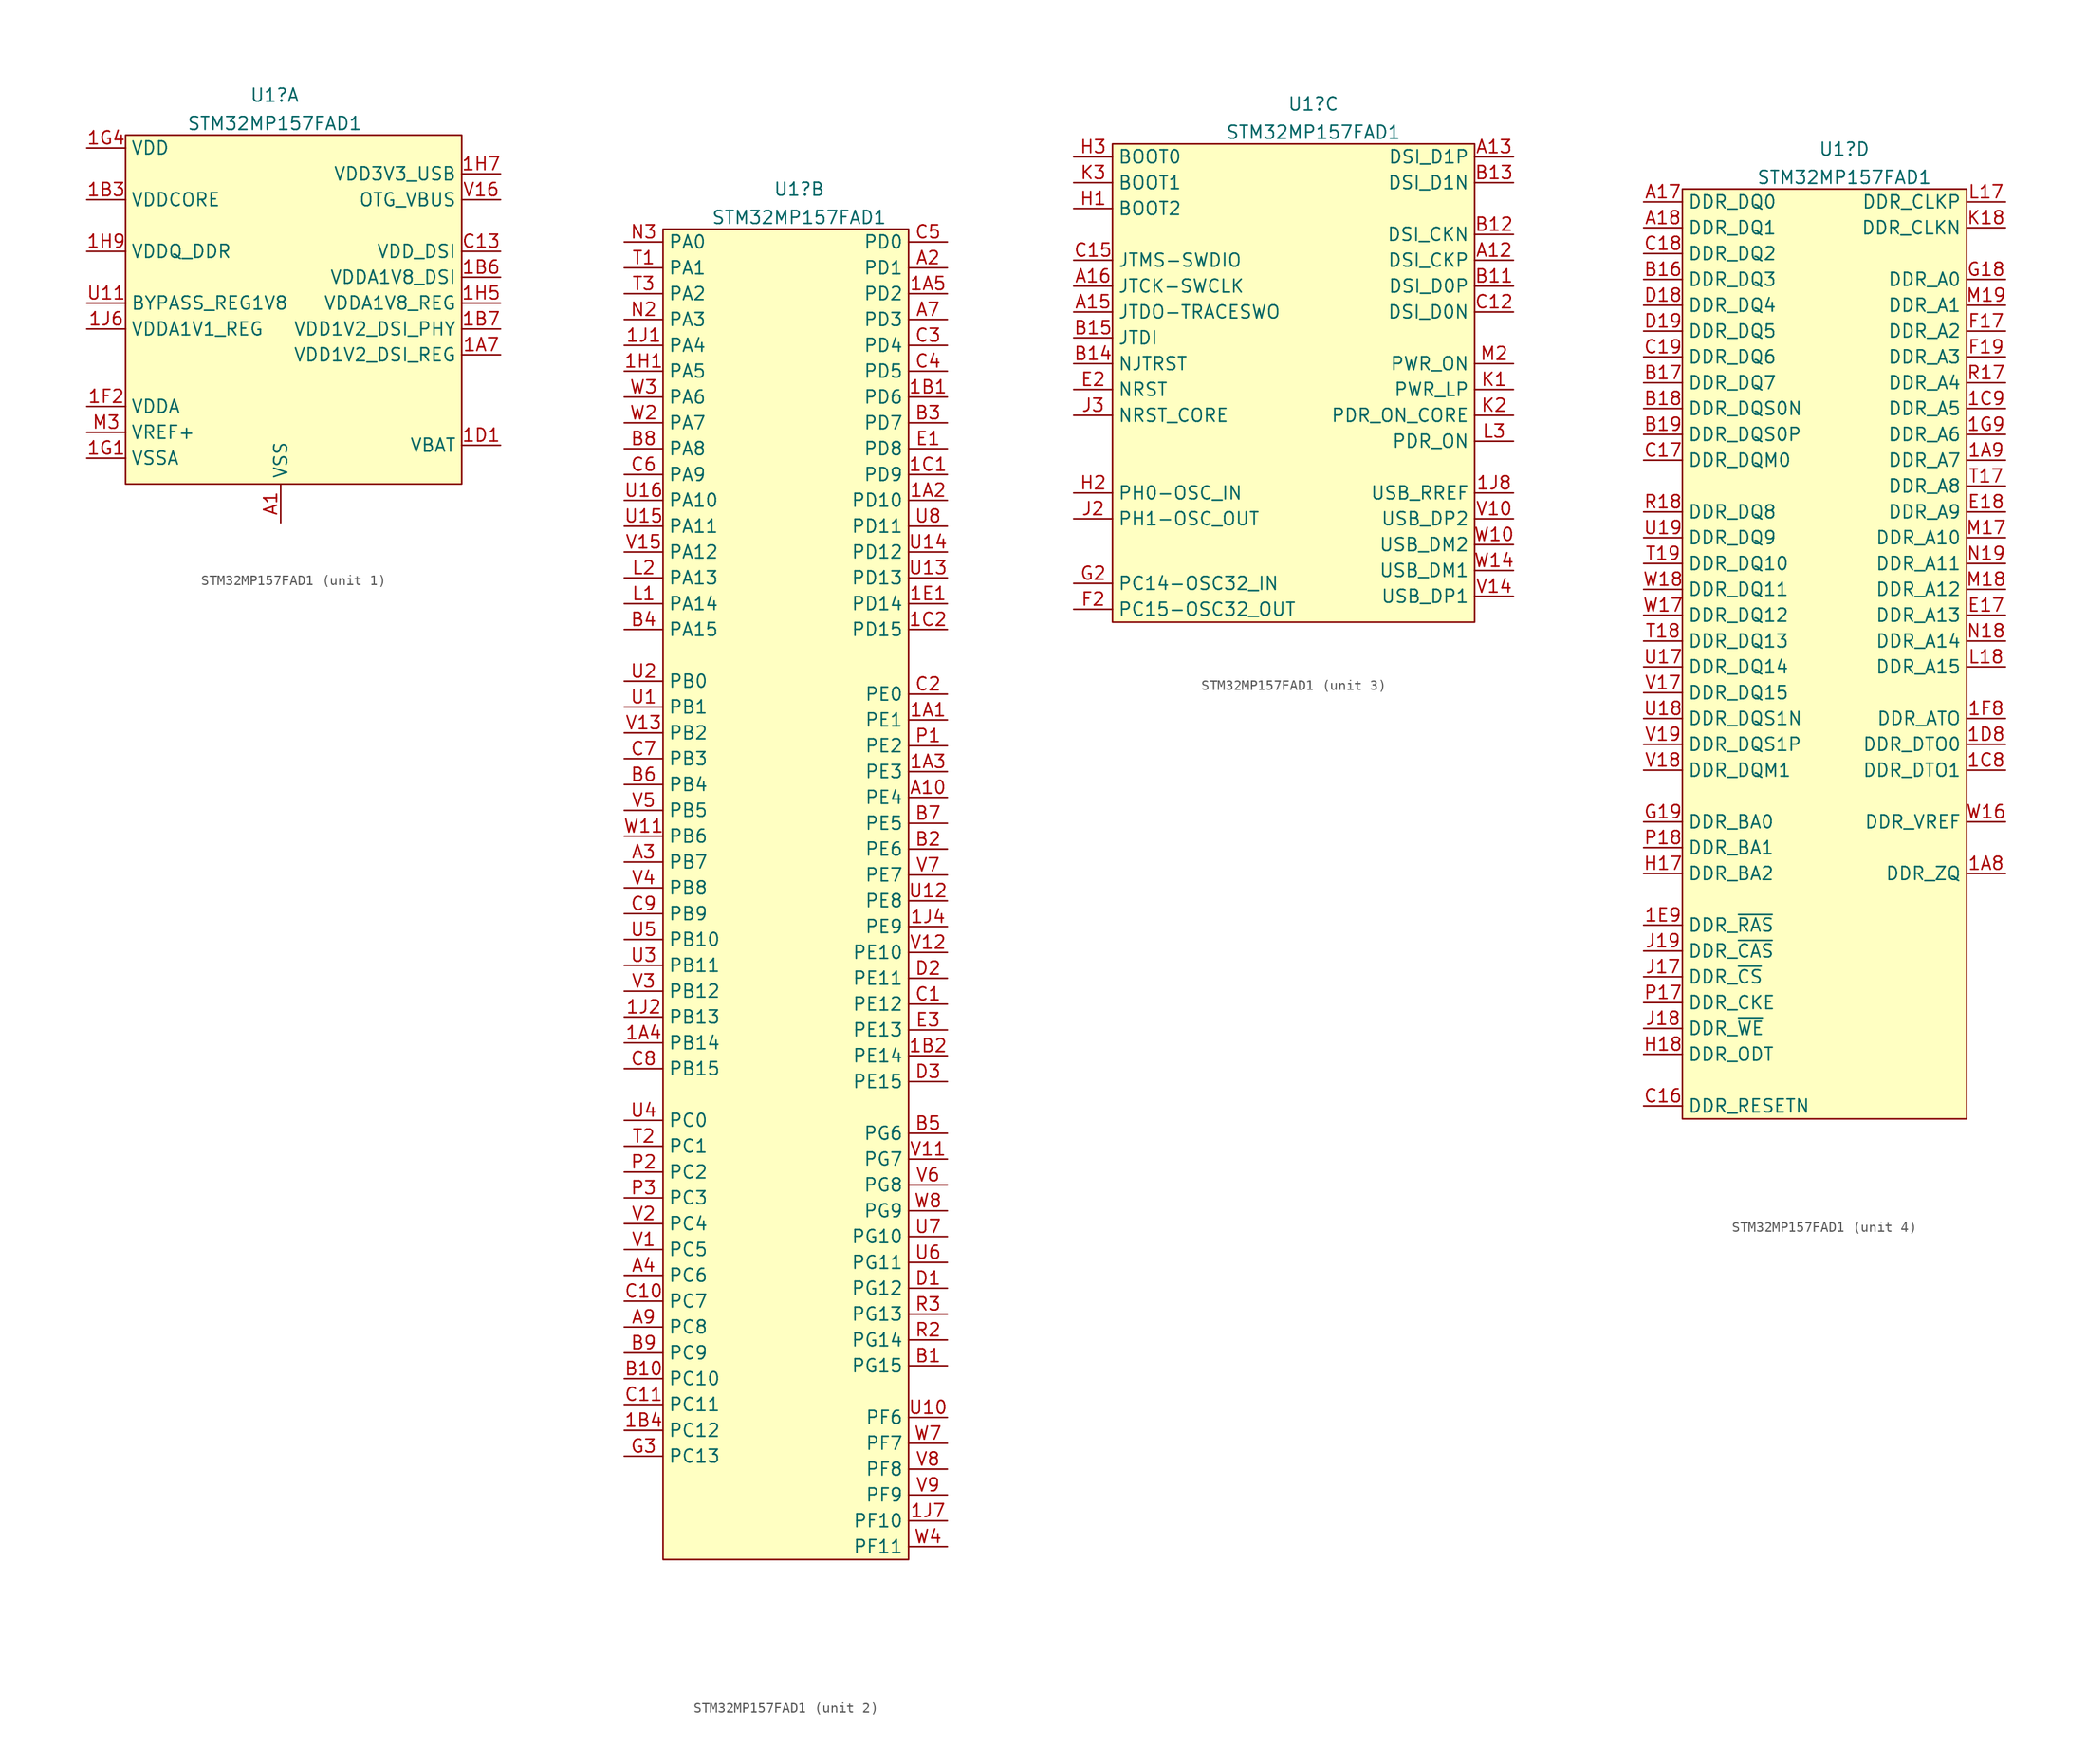
<source format=kicad_sym>
(kicad_symbol_lib
  (version 20231120)
  (generator "kicad_symbol_editor")
  (generator_version "8.0")
  (symbol "STM32MP157FAD1"
    (property "Reference" "U1"
      (at 1.943 3.916 0)
      (effects (font (size 1.27 1.27))))
    (property "Value" "STM32MP157FAD1"
      (at 1.943 1.141 0)
      (effects (font (size 1.27 1.27))))
    (property "ki_locked" ""
      (at 0 0 0)
      (effects (font (size 1.27 1.27))))
    (symbol "STM32MP157FAD1_1_1"
      (rectangle (start -12.7 0) (end 20.32 -34.29) (stroke (width 0.152) (type default)) (fill (type background)))
      (pin passive line (at 2.54 -38.1 180) (length 0) hide (name "VSS" (effects (font (size 1.27 1.27)))) (number "1A6" (effects (font (size 1.27 1.27)))))
      (pin power_out line (at 24.13 -21.59 180) (length 3.81) (name "VDD1V2_DSI_REG" (effects (font (size 1.27 1.27)))) (number "1A7" (effects (font (size 1.27 1.27)))))
      (pin power_in line (at -16.51 -6.35 0) (length 3.81) (name "VDDCORE" (effects (font (size 1.27 1.27)))) (number "1B3" (effects (font (size 1.27 1.27)))))
      (pin passive line (at -16.51 -6.35 90) (length 0) hide (name "VDDCORE" (effects (font (size 1.27 1.27)))) (number "1B5" (effects (font (size 1.27 1.27)))))
      (pin power_in line (at 24.13 -13.97 180) (length 3.81) (name "VDDA1V8_DSI" (effects (font (size 1.27 1.27)))) (number "1B6" (effects (font (size 1.27 1.27)))))
      (pin power_in line (at 24.13 -19.05 180) (length 3.81) (name "VDD1V2_DSI_PHY" (effects (font (size 1.27 1.27)))) (number "1B7" (effects (font (size 1.27 1.27)))))
      (pin passive line (at 2.54 -38.1 180) (length 0) hide (name "VSS" (effects (font (size 1.27 1.27)))) (number "1B8" (effects (font (size 1.27 1.27)))))
      (pin passive line (at -16.51 -11.43 90) (length 0) hide (name "VDDQ_DDR" (effects (font (size 1.27 1.27)))) (number "1B9" (effects (font (size 1.27 1.27)))))
      (pin passive line (at 2.54 -38.1 180) (length 0) hide (name "VSS" (effects (font (size 1.27 1.27)))) (number "1C3" (effects (font (size 1.27 1.27)))))
      (pin passive line (at -16.51 -6.35 90) (length 0) hide (name "VDDCORE" (effects (font (size 1.27 1.27)))) (number "1C4" (effects (font (size 1.27 1.27)))))
      (pin passive line (at 2.54 -38.1 180) (length 0) hide (name "VSS" (effects (font (size 1.27 1.27)))) (number "1C5" (effects (font (size 1.27 1.27)))))
      (pin passive line (at -16.51 -6.35 90) (length 0) hide (name "VDDCORE" (effects (font (size 1.27 1.27)))) (number "1C6" (effects (font (size 1.27 1.27)))))
      (pin passive line (at 2.54 -38.1 180) (length 0) hide (name "VSS" (effects (font (size 1.27 1.27)))) (number "1C7" (effects (font (size 1.27 1.27)))))
      (pin power_in line (at 24.13 -30.48 180) (length 3.81) (name "VBAT" (effects (font (size 1.27 1.27)))) (number "1D1" (effects (font (size 1.27 1.27)))))
      (pin passive line (at 2.54 -38.1 180) (length 0) hide (name "VSS" (effects (font (size 1.27 1.27)))) (number "1D2" (effects (font (size 1.27 1.27)))))
      (pin passive line (at -16.51 -6.35 90) (length 0) hide (name "VDDCORE" (effects (font (size 1.27 1.27)))) (number "1D3" (effects (font (size 1.27 1.27)))))
      (pin passive line (at 2.54 -38.1 180) (length 0) hide (name "VSS" (effects (font (size 1.27 1.27)))) (number "1D4" (effects (font (size 1.27 1.27)))))
      (pin passive line (at -16.51 -6.35 90) (length 0) hide (name "VDDCORE" (effects (font (size 1.27 1.27)))) (number "1D5" (effects (font (size 1.27 1.27)))))
      (pin passive line (at 2.54 -38.1 180) (length 0) hide (name "VSS" (effects (font (size 1.27 1.27)))) (number "1D6" (effects (font (size 1.27 1.27)))))
      (pin passive line (at -16.51 -6.35 90) (length 0) hide (name "VDDCORE" (effects (font (size 1.27 1.27)))) (number "1D7" (effects (font (size 1.27 1.27)))))
      (pin passive line (at -16.51 -11.43 90) (length 0) hide (name "VDDQ_DDR" (effects (font (size 1.27 1.27)))) (number "1D9" (effects (font (size 1.27 1.27)))))
      (pin passive line (at -16.51 -1.27 90) (length 0) hide (name "VDD" (effects (font (size 1.27 1.27)))) (number "1E2" (effects (font (size 1.27 1.27)))))
      (pin passive line (at 2.54 -38.1 180) (length 0) hide (name "VSS" (effects (font (size 1.27 1.27)))) (number "1E3" (effects (font (size 1.27 1.27)))))
      (pin passive line (at -16.51 -6.35 90) (length 0) hide (name "VDDCORE" (effects (font (size 1.27 1.27)))) (number "1E4" (effects (font (size 1.27 1.27)))))
      (pin passive line (at 2.54 -38.1 180) (length 0) hide (name "VSS" (effects (font (size 1.27 1.27)))) (number "1E5" (effects (font (size 1.27 1.27)))))
      (pin passive line (at -16.51 -6.35 90) (length 0) hide (name "VDDCORE" (effects (font (size 1.27 1.27)))) (number "1E6" (effects (font (size 1.27 1.27)))))
      (pin passive line (at 2.54 -38.1 180) (length 0) hide (name "VSS" (effects (font (size 1.27 1.27)))) (number "1E7" (effects (font (size 1.27 1.27)))))
      (pin passive line (at -16.51 -6.35 90) (length 0) hide (name "VDDCORE" (effects (font (size 1.27 1.27)))) (number "1E8" (effects (font (size 1.27 1.27)))))
      (pin passive line (at -16.51 -26.67 270) (length 0) hide (name "VDDA" (effects (font (size 1.27 1.27)))) (number "1F1" (effects (font (size 1.27 1.27)))))
      (pin power_in line (at -16.51 -26.67 0) (length 3.81) (name "VDDA" (effects (font (size 1.27 1.27)))) (number "1F2" (effects (font (size 1.27 1.27)))))
      (pin passive line (at -16.51 -1.27 90) (length 0) hide (name "VDD" (effects (font (size 1.27 1.27)))) (number "1F3" (effects (font (size 1.27 1.27)))))
      (pin passive line (at 2.54 -38.1 180) (length 0) hide (name "VSS" (effects (font (size 1.27 1.27)))) (number "1F4" (effects (font (size 1.27 1.27)))))
      (pin passive line (at -16.51 -6.35 90) (length 0) hide (name "VDDCORE" (effects (font (size 1.27 1.27)))) (number "1F5" (effects (font (size 1.27 1.27)))))
      (pin passive line (at 2.54 -38.1 180) (length 0) hide (name "VSS" (effects (font (size 1.27 1.27)))) (number "1F6" (effects (font (size 1.27 1.27)))))
      (pin passive line (at -16.51 -6.35 90) (length 0) hide (name "VDDCORE" (effects (font (size 1.27 1.27)))) (number "1F7" (effects (font (size 1.27 1.27)))))
      (pin passive line (at -16.51 -11.43 90) (length 0) hide (name "VDDQ_DDR" (effects (font (size 1.27 1.27)))) (number "1F9" (effects (font (size 1.27 1.27)))))
      (pin power_in line (at -16.51 -31.75 0) (length 3.81) (name "VSSA" (effects (font (size 1.27 1.27)))) (number "1G1" (effects (font (size 1.27 1.27)))))
      (pin passive line (at 2.54 -38.1 180) (length 0) hide (name "VSS" (effects (font (size 1.27 1.27)))) (number "1G2" (effects (font (size 1.27 1.27)))))
      (pin passive line (at -16.51 -1.27 90) (length 0) hide (name "VDD" (effects (font (size 1.27 1.27)))) (number "1G3" (effects (font (size 1.27 1.27)))))
      (pin power_in line (at -16.51 -1.27 0) (length 3.81) (name "VDD" (effects (font (size 1.27 1.27)))) (number "1G4" (effects (font (size 1.27 1.27)))))
      (pin passive line (at 2.54 -38.1 180) (length 0) hide (name "VSS" (effects (font (size 1.27 1.27)))) (number "1G5" (effects (font (size 1.27 1.27)))))
      (pin passive line (at -16.51 -6.35 90) (length 0) hide (name "VDDCORE" (effects (font (size 1.27 1.27)))) (number "1G6" (effects (font (size 1.27 1.27)))))
      (pin passive line (at 2.54 -38.1 180) (length 0) hide (name "VSS" (effects (font (size 1.27 1.27)))) (number "1G7" (effects (font (size 1.27 1.27)))))
      (pin passive line (at -16.51 -6.35 90) (length 0) hide (name "VDDCORE" (effects (font (size 1.27 1.27)))) (number "1G8" (effects (font (size 1.27 1.27)))))
      (pin passive line (at 2.54 -38.1 180) (length 0) hide (name "VSS" (effects (font (size 1.27 1.27)))) (number "1H2" (effects (font (size 1.27 1.27)))))
      (pin passive line (at 2.54 -38.1 180) (length 0) hide (name "VSS" (effects (font (size 1.27 1.27)))) (number "1H3" (effects (font (size 1.27 1.27)))))
      (pin passive line (at 2.54 -38.1 180) (length 0) hide (name "VSS" (effects (font (size 1.27 1.27)))) (number "1H4" (effects (font (size 1.27 1.27)))))
      (pin power_out line (at 24.13 -16.51 180) (length 3.81) (name "VDDA1V8_REG" (effects (font (size 1.27 1.27)))) (number "1H5" (effects (font (size 1.27 1.27)))))
      (pin passive line (at 2.54 -38.1 180) (length 0) hide (name "VSS" (effects (font (size 1.27 1.27)))) (number "1H6" (effects (font (size 1.27 1.27)))))
      (pin power_in line (at 24.13 -3.81 180) (length 3.81) (name "VDD3V3_USB" (effects (font (size 1.27 1.27)))) (number "1H7" (effects (font (size 1.27 1.27)))))
      (pin passive line (at 2.54 -38.1 180) (length 0) hide (name "VSS" (effects (font (size 1.27 1.27)))) (number "1H8" (effects (font (size 1.27 1.27)))))
      (pin power_in line (at -16.51 -11.43 0) (length 3.81) (name "VDDQ_DDR" (effects (font (size 1.27 1.27)))) (number "1H9" (effects (font (size 1.27 1.27)))))
      (pin passive line (at -16.51 -1.27 90) (length 0) hide (name "VDD" (effects (font (size 1.27 1.27)))) (number "1J3" (effects (font (size 1.27 1.27)))))
      (pin passive line (at 2.54 -38.1 180) (length 0) hide (name "VSS" (effects (font (size 1.27 1.27)))) (number "1J5" (effects (font (size 1.27 1.27)))))
      (pin power_out line (at -16.51 -19.05 0) (length 3.81) (name "VDDA1V1_REG" (effects (font (size 1.27 1.27)))) (number "1J6" (effects (font (size 1.27 1.27)))))
      (pin passive line (at 2.54 -38.1 180) (length 0) hide (name "VSS" (effects (font (size 1.27 1.27)))) (number "1J9" (effects (font (size 1.27 1.27)))))
      (pin power_in line (at 2.54 -38.1 90) (length 3.81) (name "VSS" (effects (font (size 1.27 1.27)))) (number "A1" (effects (font (size 1.27 1.27)))))
      (pin passive line (at 2.54 -38.1 180) (length 0) hide (name "VSS" (effects (font (size 1.27 1.27)))) (number "A19" (effects (font (size 1.27 1.27)))))
      (pin passive line (at 2.54 -38.1 180) (length 0) hide (name "VSS" (effects (font (size 1.27 1.27)))) (number "A6" (effects (font (size 1.27 1.27)))))
      (pin power_in line (at 24.13 -11.43 180) (length 3.81) (name "VDD_DSI" (effects (font (size 1.27 1.27)))) (number "C13" (effects (font (size 1.27 1.27)))))
      (pin passive line (at 2.54 -38.1 180) (length 0) hide (name "VSS" (effects (font (size 1.27 1.27)))) (number "C14" (effects (font (size 1.27 1.27)))))
      (pin passive line (at 2.54 -38.1 180) (length 0) hide (name "VSS" (effects (font (size 1.27 1.27)))) (number "D17" (effects (font (size 1.27 1.27)))))
      (pin passive line (at 2.54 -38.1 180) (length 0) hide (name "VSS" (effects (font (size 1.27 1.27)))) (number "F18" (effects (font (size 1.27 1.27)))))
      (pin passive line (at 2.54 -38.1 180) (length 0) hide (name "VSS" (effects (font (size 1.27 1.27)))) (number "F3" (effects (font (size 1.27 1.27)))))
      (pin passive line (at 2.54 -38.1 180) (length 0) hide (name "VSS" (effects (font (size 1.27 1.27)))) (number "G1" (effects (font (size 1.27 1.27)))))
      (pin passive line (at 2.54 -38.1 180) (length 0) hide (name "VSS" (effects (font (size 1.27 1.27)))) (number "G17" (effects (font (size 1.27 1.27)))))
      (pin passive line (at 2.54 -38.1 180) (length 0) hide (name "VSS" (effects (font (size 1.27 1.27)))) (number "K17" (effects (font (size 1.27 1.27)))))
      (pin passive line (at 2.54 -38.1 180) (length 0) hide (name "VSS" (effects (font (size 1.27 1.27)))) (number "K19" (effects (font (size 1.27 1.27)))))
      (pin power_in line (at -16.51 -29.21 0) (length 3.81) (name "VREF+" (effects (font (size 1.27 1.27)))) (number "M3" (effects (font (size 1.27 1.27)))))
      (pin passive line (at 2.54 -38.1 180) (length 0) hide (name "VSS" (effects (font (size 1.27 1.27)))) (number "N1" (effects (font (size 1.27 1.27)))))
      (pin passive line (at 2.54 -38.1 180) (length 0) hide (name "VSS" (effects (font (size 1.27 1.27)))) (number "N17" (effects (font (size 1.27 1.27)))))
      (pin passive line (at 2.54 -38.1 180) (length 0) hide (name "VSS" (effects (font (size 1.27 1.27)))) (number "R19" (effects (font (size 1.27 1.27)))))
      (pin input line (at -16.51 -16.51 0) (length 3.81) (name "BYPASS_REG1V8" (effects (font (size 1.27 1.27)))) (number "U11" (effects (font (size 1.27 1.27)))))
      (pin passive line (at 2.54 -38.1 180) (length 0) hide (name "VSS" (effects (font (size 1.27 1.27)))) (number "U9" (effects (font (size 1.27 1.27)))))
      (pin power_in line (at 24.13 -6.35 180) (length 3.81) (name "OTG_VBUS" (effects (font (size 1.27 1.27)))) (number "V16" (effects (font (size 1.27 1.27)))))
      (pin passive line (at 2.54 -38.1 180) (length 0) hide (name "VSS" (effects (font (size 1.27 1.27)))) (number "W1" (effects (font (size 1.27 1.27)))))
      (pin passive line (at 2.54 -38.1 180) (length 0) hide (name "VSS" (effects (font (size 1.27 1.27)))) (number "W13" (effects (font (size 1.27 1.27)))))
      (pin passive line (at 2.54 -38.1 180) (length 0) hide (name "VSS" (effects (font (size 1.27 1.27)))) (number "W19" (effects (font (size 1.27 1.27)))))
      (pin passive line (at 2.54 -38.1 180) (length 0) hide (name "VSS" (effects (font (size 1.27 1.27)))) (number "W5" (effects (font (size 1.27 1.27))))))
    (symbol "STM32MP157FAD1_2_1"
      (rectangle (start -11.43 0) (end 12.7 -130.81) (stroke (width 0.152) (type default)) (fill (type background)))
      (pin bidirectional line (at 16.51 -48.26 180) (length 3.81) (name "PE1" (effects (font (size 1.27 1.27)))) (number "1A1" (effects (font (size 1.27 1.27)))))
      (pin bidirectional line (at 16.51 -26.67 180) (length 3.81) (name "PD10" (effects (font (size 1.27 1.27)))) (number "1A2" (effects (font (size 1.27 1.27)))))
      (pin bidirectional line (at 16.51 -53.34 180) (length 3.81) (name "PE3" (effects (font (size 1.27 1.27)))) (number "1A3" (effects (font (size 1.27 1.27)))))
      (pin bidirectional line (at -15.24 -80.01 0) (length 3.81) (name "PB14" (effects (font (size 1.27 1.27)))) (number "1A4" (effects (font (size 1.27 1.27)))))
      (pin bidirectional line (at 16.51 -6.35 180) (length 3.81) (name "PD2" (effects (font (size 1.27 1.27)))) (number "1A5" (effects (font (size 1.27 1.27)))))
      (pin bidirectional line (at 16.51 -16.51 180) (length 3.81) (name "PD6" (effects (font (size 1.27 1.27)))) (number "1B1" (effects (font (size 1.27 1.27)))))
      (pin bidirectional line (at 16.51 -81.28 180) (length 3.81) (name "PE14" (effects (font (size 1.27 1.27)))) (number "1B2" (effects (font (size 1.27 1.27)))))
      (pin bidirectional line (at -15.24 -118.11 0) (length 3.81) (name "PC12" (effects (font (size 1.27 1.27)))) (number "1B4" (effects (font (size 1.27 1.27)))))
      (pin bidirectional line (at 16.51 -24.13 180) (length 3.81) (name "PD9" (effects (font (size 1.27 1.27)))) (number "1C1" (effects (font (size 1.27 1.27)))))
      (pin bidirectional line (at 16.51 -39.37 180) (length 3.81) (name "PD15" (effects (font (size 1.27 1.27)))) (number "1C2" (effects (font (size 1.27 1.27)))))
      (pin bidirectional line (at 16.51 -36.83 180) (length 3.81) (name "PD14" (effects (font (size 1.27 1.27)))) (number "1E1" (effects (font (size 1.27 1.27)))))
      (pin bidirectional line (at -15.24 -13.97 0) (length 3.81) (name "PA5" (effects (font (size 1.27 1.27)))) (number "1H1" (effects (font (size 1.27 1.27)))))
      (pin bidirectional line (at -15.24 -11.43 0) (length 3.81) (name "PA4" (effects (font (size 1.27 1.27)))) (number "1J1" (effects (font (size 1.27 1.27)))))
      (pin bidirectional line (at -15.24 -77.47 0) (length 3.81) (name "PB13" (effects (font (size 1.27 1.27)))) (number "1J2" (effects (font (size 1.27 1.27)))))
      (pin bidirectional line (at 16.51 -68.58 180) (length 3.81) (name "PE9" (effects (font (size 1.27 1.27)))) (number "1J4" (effects (font (size 1.27 1.27)))))
      (pin bidirectional line (at 16.51 -127 180) (length 3.81) (name "PF10" (effects (font (size 1.27 1.27)))) (number "1J7" (effects (font (size 1.27 1.27)))))
      (pin bidirectional line (at 16.51 -55.88 180) (length 3.81) (name "PE4" (effects (font (size 1.27 1.27)))) (number "A10" (effects (font (size 1.27 1.27)))))
      (pin bidirectional line (at 16.51 -3.81 180) (length 3.81) (name "PD1" (effects (font (size 1.27 1.27)))) (number "A2" (effects (font (size 1.27 1.27)))))
      (pin bidirectional line (at -15.24 -62.23 0) (length 3.81) (name "PB7" (effects (font (size 1.27 1.27)))) (number "A3" (effects (font (size 1.27 1.27)))))
      (pin bidirectional line (at -15.24 -102.87 0) (length 3.81) (name "PC6" (effects (font (size 1.27 1.27)))) (number "A4" (effects (font (size 1.27 1.27)))))
      (pin bidirectional line (at 16.51 -8.89 180) (length 3.81) (name "PD3" (effects (font (size 1.27 1.27)))) (number "A7" (effects (font (size 1.27 1.27)))))
      (pin bidirectional line (at -15.24 -107.95 0) (length 3.81) (name "PC8" (effects (font (size 1.27 1.27)))) (number "A9" (effects (font (size 1.27 1.27)))))
      (pin bidirectional line (at 16.51 -111.76 180) (length 3.81) (name "PG15" (effects (font (size 1.27 1.27)))) (number "B1" (effects (font (size 1.27 1.27)))))
      (pin bidirectional line (at -15.24 -113.03 0) (length 3.81) (name "PC10" (effects (font (size 1.27 1.27)))) (number "B10" (effects (font (size 1.27 1.27)))))
      (pin bidirectional line (at 16.51 -60.96 180) (length 3.81) (name "PE6" (effects (font (size 1.27 1.27)))) (number "B2" (effects (font (size 1.27 1.27)))))
      (pin bidirectional line (at 16.51 -19.05 180) (length 3.81) (name "PD7" (effects (font (size 1.27 1.27)))) (number "B3" (effects (font (size 1.27 1.27)))))
      (pin bidirectional line (at -15.24 -39.37 0) (length 3.81) (name "PA15" (effects (font (size 1.27 1.27)))) (number "B4" (effects (font (size 1.27 1.27)))))
      (pin bidirectional line (at 16.51 -88.9 180) (length 3.81) (name "PG6" (effects (font (size 1.27 1.27)))) (number "B5" (effects (font (size 1.27 1.27)))))
      (pin bidirectional line (at -15.24 -54.61 0) (length 3.81) (name "PB4" (effects (font (size 1.27 1.27)))) (number "B6" (effects (font (size 1.27 1.27)))))
      (pin bidirectional line (at 16.51 -58.42 180) (length 3.81) (name "PE5" (effects (font (size 1.27 1.27)))) (number "B7" (effects (font (size 1.27 1.27)))))
      (pin bidirectional line (at -15.24 -21.59 0) (length 3.81) (name "PA8" (effects (font (size 1.27 1.27)))) (number "B8" (effects (font (size 1.27 1.27)))))
      (pin bidirectional line (at -15.24 -110.49 0) (length 3.81) (name "PC9" (effects (font (size 1.27 1.27)))) (number "B9" (effects (font (size 1.27 1.27)))))
      (pin bidirectional line (at 16.51 -76.2 180) (length 3.81) (name "PE12" (effects (font (size 1.27 1.27)))) (number "C1" (effects (font (size 1.27 1.27)))))
      (pin bidirectional line (at -15.24 -105.41 0) (length 3.81) (name "PC7" (effects (font (size 1.27 1.27)))) (number "C10" (effects (font (size 1.27 1.27)))))
      (pin bidirectional line (at -15.24 -115.57 0) (length 3.81) (name "PC11" (effects (font (size 1.27 1.27)))) (number "C11" (effects (font (size 1.27 1.27)))))
      (pin bidirectional line (at 16.51 -45.72 180) (length 3.81) (name "PE0" (effects (font (size 1.27 1.27)))) (number "C2" (effects (font (size 1.27 1.27)))))
      (pin bidirectional line (at 16.51 -11.43 180) (length 3.81) (name "PD4" (effects (font (size 1.27 1.27)))) (number "C3" (effects (font (size 1.27 1.27)))))
      (pin bidirectional line (at 16.51 -13.97 180) (length 3.81) (name "PD5" (effects (font (size 1.27 1.27)))) (number "C4" (effects (font (size 1.27 1.27)))))
      (pin bidirectional line (at 16.51 -1.27 180) (length 3.81) (name "PD0" (effects (font (size 1.27 1.27)))) (number "C5" (effects (font (size 1.27 1.27)))))
      (pin bidirectional line (at -15.24 -24.13 0) (length 3.81) (name "PA9" (effects (font (size 1.27 1.27)))) (number "C6" (effects (font (size 1.27 1.27)))))
      (pin bidirectional line (at -15.24 -52.07 0) (length 3.81) (name "PB3" (effects (font (size 1.27 1.27)))) (number "C7" (effects (font (size 1.27 1.27)))))
      (pin bidirectional line (at -15.24 -82.55 0) (length 3.81) (name "PB15" (effects (font (size 1.27 1.27)))) (number "C8" (effects (font (size 1.27 1.27)))))
      (pin bidirectional line (at -15.24 -67.31 0) (length 3.81) (name "PB9" (effects (font (size 1.27 1.27)))) (number "C9" (effects (font (size 1.27 1.27)))))
      (pin bidirectional line (at 16.51 -104.14 180) (length 3.81) (name "PG12" (effects (font (size 1.27 1.27)))) (number "D1" (effects (font (size 1.27 1.27)))))
      (pin bidirectional line (at 16.51 -73.66 180) (length 3.81) (name "PE11" (effects (font (size 1.27 1.27)))) (number "D2" (effects (font (size 1.27 1.27)))))
      (pin bidirectional line (at 16.51 -83.82 180) (length 3.81) (name "PE15" (effects (font (size 1.27 1.27)))) (number "D3" (effects (font (size 1.27 1.27)))))
      (pin bidirectional line (at 16.51 -21.59 180) (length 3.81) (name "PD8" (effects (font (size 1.27 1.27)))) (number "E1" (effects (font (size 1.27 1.27)))))
      (pin bidirectional line (at 16.51 -78.74 180) (length 3.81) (name "PE13" (effects (font (size 1.27 1.27)))) (number "E3" (effects (font (size 1.27 1.27)))))
      (pin bidirectional line (at -15.24 -120.65 0) (length 3.81) (name "PC13" (effects (font (size 1.27 1.27)))) (number "G3" (effects (font (size 1.27 1.27)))))
      (pin bidirectional line (at -15.24 -36.83 0) (length 3.81) (name "PA14" (effects (font (size 1.27 1.27)))) (number "L1" (effects (font (size 1.27 1.27)))))
      (pin bidirectional line (at -15.24 -34.29 0) (length 3.81) (name "PA13" (effects (font (size 1.27 1.27)))) (number "L2" (effects (font (size 1.27 1.27)))))
      (pin bidirectional line (at -15.24 -8.89 0) (length 3.81) (name "PA3" (effects (font (size 1.27 1.27)))) (number "N2" (effects (font (size 1.27 1.27)))))
      (pin bidirectional line (at -15.24 -1.27 0) (length 3.81) (name "PA0" (effects (font (size 1.27 1.27)))) (number "N3" (effects (font (size 1.27 1.27)))))
      (pin bidirectional line (at 16.51 -50.8 180) (length 3.81) (name "PE2" (effects (font (size 1.27 1.27)))) (number "P1" (effects (font (size 1.27 1.27)))))
      (pin bidirectional line (at -15.24 -92.71 0) (length 3.81) (name "PC2" (effects (font (size 1.27 1.27)))) (number "P2" (effects (font (size 1.27 1.27)))))
      (pin bidirectional line (at -15.24 -95.25 0) (length 3.81) (name "PC3" (effects (font (size 1.27 1.27)))) (number "P3" (effects (font (size 1.27 1.27)))))
      (pin bidirectional line (at 16.51 -109.22 180) (length 3.81) (name "PG14" (effects (font (size 1.27 1.27)))) (number "R2" (effects (font (size 1.27 1.27)))))
      (pin bidirectional line (at 16.51 -106.68 180) (length 3.81) (name "PG13" (effects (font (size 1.27 1.27)))) (number "R3" (effects (font (size 1.27 1.27)))))
      (pin bidirectional line (at -15.24 -3.81 0) (length 3.81) (name "PA1" (effects (font (size 1.27 1.27)))) (number "T1" (effects (font (size 1.27 1.27)))))
      (pin bidirectional line (at -15.24 -90.17 0) (length 3.81) (name "PC1" (effects (font (size 1.27 1.27)))) (number "T2" (effects (font (size 1.27 1.27)))))
      (pin bidirectional line (at -15.24 -6.35 0) (length 3.81) (name "PA2" (effects (font (size 1.27 1.27)))) (number "T3" (effects (font (size 1.27 1.27)))))
      (pin bidirectional line (at -15.24 -46.99 0) (length 3.81) (name "PB1" (effects (font (size 1.27 1.27)))) (number "U1" (effects (font (size 1.27 1.27)))))
      (pin bidirectional line (at 16.51 -116.84 180) (length 3.81) (name "PF6" (effects (font (size 1.27 1.27)))) (number "U10" (effects (font (size 1.27 1.27)))))
      (pin bidirectional line (at 16.51 -66.04 180) (length 3.81) (name "PE8" (effects (font (size 1.27 1.27)))) (number "U12" (effects (font (size 1.27 1.27)))))
      (pin bidirectional line (at 16.51 -34.29 180) (length 3.81) (name "PD13" (effects (font (size 1.27 1.27)))) (number "U13" (effects (font (size 1.27 1.27)))))
      (pin bidirectional line (at 16.51 -31.75 180) (length 3.81) (name "PD12" (effects (font (size 1.27 1.27)))) (number "U14" (effects (font (size 1.27 1.27)))))
      (pin bidirectional line (at -15.24 -29.21 0) (length 3.81) (name "PA11" (effects (font (size 1.27 1.27)))) (number "U15" (effects (font (size 1.27 1.27)))))
      (pin bidirectional line (at -15.24 -26.67 0) (length 3.81) (name "PA10" (effects (font (size 1.27 1.27)))) (number "U16" (effects (font (size 1.27 1.27)))))
      (pin bidirectional line (at -15.24 -44.45 0) (length 3.81) (name "PB0" (effects (font (size 1.27 1.27)))) (number "U2" (effects (font (size 1.27 1.27)))))
      (pin bidirectional line (at -15.24 -72.39 0) (length 3.81) (name "PB11" (effects (font (size 1.27 1.27)))) (number "U3" (effects (font (size 1.27 1.27)))))
      (pin bidirectional line (at -15.24 -87.63 0) (length 3.81) (name "PC0" (effects (font (size 1.27 1.27)))) (number "U4" (effects (font (size 1.27 1.27)))))
      (pin bidirectional line (at -15.24 -69.85 0) (length 3.81) (name "PB10" (effects (font (size 1.27 1.27)))) (number "U5" (effects (font (size 1.27 1.27)))))
      (pin bidirectional line (at 16.51 -101.6 180) (length 3.81) (name "PG11" (effects (font (size 1.27 1.27)))) (number "U6" (effects (font (size 1.27 1.27)))))
      (pin bidirectional line (at 16.51 -99.06 180) (length 3.81) (name "PG10" (effects (font (size 1.27 1.27)))) (number "U7" (effects (font (size 1.27 1.27)))))
      (pin bidirectional line (at 16.51 -29.21 180) (length 3.81) (name "PD11" (effects (font (size 1.27 1.27)))) (number "U8" (effects (font (size 1.27 1.27)))))
      (pin bidirectional line (at -15.24 -100.33 0) (length 3.81) (name "PC5" (effects (font (size 1.27 1.27)))) (number "V1" (effects (font (size 1.27 1.27)))))
      (pin bidirectional line (at 16.51 -91.44 180) (length 3.81) (name "PG7" (effects (font (size 1.27 1.27)))) (number "V11" (effects (font (size 1.27 1.27)))))
      (pin bidirectional line (at 16.51 -71.12 180) (length 3.81) (name "PE10" (effects (font (size 1.27 1.27)))) (number "V12" (effects (font (size 1.27 1.27)))))
      (pin bidirectional line (at -15.24 -49.53 0) (length 3.81) (name "PB2" (effects (font (size 1.27 1.27)))) (number "V13" (effects (font (size 1.27 1.27)))))
      (pin bidirectional line (at -15.24 -31.75 0) (length 3.81) (name "PA12" (effects (font (size 1.27 1.27)))) (number "V15" (effects (font (size 1.27 1.27)))))
      (pin bidirectional line (at -15.24 -97.79 0) (length 3.81) (name "PC4" (effects (font (size 1.27 1.27)))) (number "V2" (effects (font (size 1.27 1.27)))))
      (pin bidirectional line (at -15.24 -74.93 0) (length 3.81) (name "PB12" (effects (font (size 1.27 1.27)))) (number "V3" (effects (font (size 1.27 1.27)))))
      (pin bidirectional line (at -15.24 -64.77 0) (length 3.81) (name "PB8" (effects (font (size 1.27 1.27)))) (number "V4" (effects (font (size 1.27 1.27)))))
      (pin bidirectional line (at -15.24 -57.15 0) (length 3.81) (name "PB5" (effects (font (size 1.27 1.27)))) (number "V5" (effects (font (size 1.27 1.27)))))
      (pin bidirectional line (at 16.51 -93.98 180) (length 3.81) (name "PG8" (effects (font (size 1.27 1.27)))) (number "V6" (effects (font (size 1.27 1.27)))))
      (pin bidirectional line (at 16.51 -63.5 180) (length 3.81) (name "PE7" (effects (font (size 1.27 1.27)))) (number "V7" (effects (font (size 1.27 1.27)))))
      (pin bidirectional line (at 16.51 -121.92 180) (length 3.81) (name "PF8" (effects (font (size 1.27 1.27)))) (number "V8" (effects (font (size 1.27 1.27)))))
      (pin bidirectional line (at 16.51 -124.46 180) (length 3.81) (name "PF9" (effects (font (size 1.27 1.27)))) (number "V9" (effects (font (size 1.27 1.27)))))
      (pin bidirectional line (at -15.24 -59.69 0) (length 3.81) (name "PB6" (effects (font (size 1.27 1.27)))) (number "W11" (effects (font (size 1.27 1.27)))))
      (pin bidirectional line (at -15.24 -19.05 0) (length 3.81) (name "PA7" (effects (font (size 1.27 1.27)))) (number "W2" (effects (font (size 1.27 1.27)))))
      (pin bidirectional line (at -15.24 -16.51 0) (length 3.81) (name "PA6" (effects (font (size 1.27 1.27)))) (number "W3" (effects (font (size 1.27 1.27)))))
      (pin bidirectional line (at 16.51 -129.54 180) (length 3.81) (name "PF11" (effects (font (size 1.27 1.27)))) (number "W4" (effects (font (size 1.27 1.27)))))
      (pin bidirectional line (at 16.51 -119.38 180) (length 3.81) (name "PF7" (effects (font (size 1.27 1.27)))) (number "W7" (effects (font (size 1.27 1.27)))))
      (pin bidirectional line (at 16.51 -96.52 180) (length 3.81) (name "PG9" (effects (font (size 1.27 1.27)))) (number "W8" (effects (font (size 1.27 1.27))))))
    (symbol "STM32MP157FAD1_3_1"
      (rectangle (start -17.78 0) (end 17.78 -46.99) (stroke (width 0.152) (type default)) (fill (type background)))
      (pin passive line (at 21.59 -34.29 180) (length 3.81) (name "USB_RREF" (effects (font (size 1.27 1.27)))) (number "1J8" (effects (font (size 1.27 1.27)))))
      (pin passive line (at 21.59 -11.43 180) (length 3.81) (name "DSI_CKP" (effects (font (size 1.27 1.27)))) (number "A12" (effects (font (size 1.27 1.27)))))
      (pin passive line (at 21.59 -1.27 180) (length 3.81) (name "DSI_D1P" (effects (font (size 1.27 1.27)))) (number "A13" (effects (font (size 1.27 1.27)))))
      (pin output line (at -21.59 -16.51 0) (length 3.81) (name "JTDO-TRACESWO" (effects (font (size 1.27 1.27)))) (number "A15" (effects (font (size 1.27 1.27)))))
      (pin input line (at -21.59 -13.97 0) (length 3.81) (name "JTCK-SWCLK" (effects (font (size 1.27 1.27)))) (number "A16" (effects (font (size 1.27 1.27)))))
      (pin passive line (at 21.59 -13.97 180) (length 3.81) (name "DSI_D0P" (effects (font (size 1.27 1.27)))) (number "B11" (effects (font (size 1.27 1.27)))))
      (pin passive line (at 21.59 -8.89 180) (length 3.81) (name "DSI_CKN" (effects (font (size 1.27 1.27)))) (number "B12" (effects (font (size 1.27 1.27)))))
      (pin passive line (at 21.59 -3.81 180) (length 3.81) (name "DSI_D1N" (effects (font (size 1.27 1.27)))) (number "B13" (effects (font (size 1.27 1.27)))))
      (pin input line (at -21.59 -21.59 0) (length 3.81) (name "NJTRST" (effects (font (size 1.27 1.27)))) (number "B14" (effects (font (size 1.27 1.27)))))
      (pin input line (at -21.59 -19.05 0) (length 3.81) (name "JTDI" (effects (font (size 1.27 1.27)))) (number "B15" (effects (font (size 1.27 1.27)))))
      (pin passive line (at 21.59 -16.51 180) (length 3.81) (name "DSI_D0N" (effects (font (size 1.27 1.27)))) (number "C12" (effects (font (size 1.27 1.27)))))
      (pin bidirectional line (at -21.59 -11.43 0) (length 3.81) (name "JTMS-SWDIO" (effects (font (size 1.27 1.27)))) (number "C15" (effects (font (size 1.27 1.27)))))
      (pin bidirectional line (at -21.59 -24.13 0) (length 3.81) (name "NRST" (effects (font (size 1.27 1.27)))) (number "E2" (effects (font (size 1.27 1.27)))))
      (pin bidirectional line (at -21.59 -45.72 0) (length 3.81) (name "PC15-OSC32_OUT" (effects (font (size 1.27 1.27)))) (number "F2" (effects (font (size 1.27 1.27)))))
      (pin bidirectional line (at -21.59 -43.18 0) (length 3.81) (name "PC14-OSC32_IN" (effects (font (size 1.27 1.27)))) (number "G2" (effects (font (size 1.27 1.27)))))
      (pin input line (at -21.59 -6.35 0) (length 3.81) (name "BOOT2" (effects (font (size 1.27 1.27)))) (number "H1" (effects (font (size 1.27 1.27)))))
      (pin bidirectional line (at -21.59 -34.29 0) (length 3.81) (name "PH0-OSC_IN" (effects (font (size 1.27 1.27)))) (number "H2" (effects (font (size 1.27 1.27)))))
      (pin input line (at -21.59 -1.27 0) (length 3.81) (name "BOOT0" (effects (font (size 1.27 1.27)))) (number "H3" (effects (font (size 1.27 1.27)))))
      (pin bidirectional line (at -21.59 -36.83 0) (length 3.81) (name "PH1-OSC_OUT" (effects (font (size 1.27 1.27)))) (number "J2" (effects (font (size 1.27 1.27)))))
      (pin input line (at -21.59 -26.67 0) (length 3.81) (name "NRST_CORE" (effects (font (size 1.27 1.27)))) (number "J3" (effects (font (size 1.27 1.27)))))
      (pin output line (at 21.59 -24.13 180) (length 3.81) (name "PWR_LP" (effects (font (size 1.27 1.27)))) (number "K1" (effects (font (size 1.27 1.27)))))
      (pin input line (at 21.59 -26.67 180) (length 3.81) (name "PDR_ON_CORE" (effects (font (size 1.27 1.27)))) (number "K2" (effects (font (size 1.27 1.27)))))
      (pin input line (at -21.59 -3.81 0) (length 3.81) (name "BOOT1" (effects (font (size 1.27 1.27)))) (number "K3" (effects (font (size 1.27 1.27)))))
      (pin input line (at 21.59 -29.21 180) (length 3.81) (name "PDR_ON" (effects (font (size 1.27 1.27)))) (number "L3" (effects (font (size 1.27 1.27)))))
      (pin output line (at 21.59 -21.59 180) (length 3.81) (name "PWR_ON" (effects (font (size 1.27 1.27)))) (number "M2" (effects (font (size 1.27 1.27)))))
      (pin passive line (at 21.59 -36.83 180) (length 3.81) (name "USB_DP2" (effects (font (size 1.27 1.27)))) (number "V10" (effects (font (size 1.27 1.27)))))
      (pin passive line (at 21.59 -44.45 180) (length 3.81) (name "USB_DP1" (effects (font (size 1.27 1.27)))) (number "V14" (effects (font (size 1.27 1.27)))))
      (pin passive line (at 21.59 -39.37 180) (length 3.81) (name "USB_DM2" (effects (font (size 1.27 1.27)))) (number "W10" (effects (font (size 1.27 1.27)))))
      (pin passive line (at 21.59 -41.91 180) (length 3.81) (name "USB_DM1" (effects (font (size 1.27 1.27)))) (number "W14" (effects (font (size 1.27 1.27))))))
    (symbol "STM32MP157FAD1_4_1"
      (rectangle (start -13.97 0) (end 13.97 -91.44) (stroke (width 0.152) (type default)) (fill (type background)))
      (pin passive line (at 17.78 -67.31 180) (length 3.81) (name "DDR_ZQ" (effects (font (size 1.27 1.27)))) (number "1A8" (effects (font (size 1.27 1.27)))))
      (pin output line (at 17.78 -26.67 180) (length 3.81) (name "DDR_A7" (effects (font (size 1.27 1.27)))) (number "1A9" (effects (font (size 1.27 1.27)))))
      (pin output line (at 17.78 -57.15 180) (length 3.81) (name "DDR_DTO1" (effects (font (size 1.27 1.27)))) (number "1C8" (effects (font (size 1.27 1.27)))))
      (pin output line (at 17.78 -21.59 180) (length 3.81) (name "DDR_A5" (effects (font (size 1.27 1.27)))) (number "1C9" (effects (font (size 1.27 1.27)))))
      (pin output line (at 17.78 -54.61 180) (length 3.81) (name "DDR_DTO0" (effects (font (size 1.27 1.27)))) (number "1D8" (effects (font (size 1.27 1.27)))))
      (pin output line (at -17.78 -72.39 0) (length 3.81) (name "DDR_~{RAS}" (effects (font (size 1.27 1.27)))) (number "1E9" (effects (font (size 1.27 1.27)))))
      (pin passive line (at 17.78 -52.07 180) (length 3.81) (name "DDR_ATO" (effects (font (size 1.27 1.27)))) (number "1F8" (effects (font (size 1.27 1.27)))))
      (pin output line (at 17.78 -24.13 180) (length 3.81) (name "DDR_A6" (effects (font (size 1.27 1.27)))) (number "1G9" (effects (font (size 1.27 1.27)))))
      (pin bidirectional line (at -17.78 -1.27 0) (length 3.81) (name "DDR_DQ0" (effects (font (size 1.27 1.27)))) (number "A17" (effects (font (size 1.27 1.27)))))
      (pin bidirectional line (at -17.78 -3.81 0) (length 3.81) (name "DDR_DQ1" (effects (font (size 1.27 1.27)))) (number "A18" (effects (font (size 1.27 1.27)))))
      (pin bidirectional line (at -17.78 -8.89 0) (length 3.81) (name "DDR_DQ3" (effects (font (size 1.27 1.27)))) (number "B16" (effects (font (size 1.27 1.27)))))
      (pin bidirectional line (at -17.78 -19.05 0) (length 3.81) (name "DDR_DQ7" (effects (font (size 1.27 1.27)))) (number "B17" (effects (font (size 1.27 1.27)))))
      (pin bidirectional line (at -17.78 -21.59 0) (length 3.81) (name "DDR_DQS0N" (effects (font (size 1.27 1.27)))) (number "B18" (effects (font (size 1.27 1.27)))))
      (pin bidirectional line (at -17.78 -24.13 0) (length 3.81) (name "DDR_DQS0P" (effects (font (size 1.27 1.27)))) (number "B19" (effects (font (size 1.27 1.27)))))
      (pin output line (at -17.78 -90.17 0) (length 3.81) (name "DDR_RESETN" (effects (font (size 1.27 1.27)))) (number "C16" (effects (font (size 1.27 1.27)))))
      (pin output line (at -17.78 -26.67 0) (length 3.81) (name "DDR_DQM0" (effects (font (size 1.27 1.27)))) (number "C17" (effects (font (size 1.27 1.27)))))
      (pin bidirectional line (at -17.78 -6.35 0) (length 3.81) (name "DDR_DQ2" (effects (font (size 1.27 1.27)))) (number "C18" (effects (font (size 1.27 1.27)))))
      (pin bidirectional line (at -17.78 -16.51 0) (length 3.81) (name "DDR_DQ6" (effects (font (size 1.27 1.27)))) (number "C19" (effects (font (size 1.27 1.27)))))
      (pin bidirectional line (at -17.78 -11.43 0) (length 3.81) (name "DDR_DQ4" (effects (font (size 1.27 1.27)))) (number "D18" (effects (font (size 1.27 1.27)))))
      (pin bidirectional line (at -17.78 -13.97 0) (length 3.81) (name "DDR_DQ5" (effects (font (size 1.27 1.27)))) (number "D19" (effects (font (size 1.27 1.27)))))
      (pin output line (at 17.78 -41.91 180) (length 3.81) (name "DDR_A13" (effects (font (size 1.27 1.27)))) (number "E17" (effects (font (size 1.27 1.27)))))
      (pin output line (at 17.78 -31.75 180) (length 3.81) (name "DDR_A9" (effects (font (size 1.27 1.27)))) (number "E18" (effects (font (size 1.27 1.27)))))
      (pin output line (at 17.78 -13.97 180) (length 3.81) (name "DDR_A2" (effects (font (size 1.27 1.27)))) (number "F17" (effects (font (size 1.27 1.27)))))
      (pin output line (at 17.78 -16.51 180) (length 3.81) (name "DDR_A3" (effects (font (size 1.27 1.27)))) (number "F19" (effects (font (size 1.27 1.27)))))
      (pin output line (at 17.78 -8.89 180) (length 3.81) (name "DDR_A0" (effects (font (size 1.27 1.27)))) (number "G18" (effects (font (size 1.27 1.27)))))
      (pin output line (at -17.78 -62.23 0) (length 3.81) (name "DDR_BA0" (effects (font (size 1.27 1.27)))) (number "G19" (effects (font (size 1.27 1.27)))))
      (pin output line (at -17.78 -67.31 0) (length 3.81) (name "DDR_BA2" (effects (font (size 1.27 1.27)))) (number "H17" (effects (font (size 1.27 1.27)))))
      (pin output line (at -17.78 -85.09 0) (length 3.81) (name "DDR_ODT" (effects (font (size 1.27 1.27)))) (number "H18" (effects (font (size 1.27 1.27)))))
      (pin output line (at -17.78 -77.47 0) (length 3.81) (name "DDR_~{CS}" (effects (font (size 1.27 1.27)))) (number "J17" (effects (font (size 1.27 1.27)))))
      (pin output line (at -17.78 -82.55 0) (length 3.81) (name "DDR_~{WE}" (effects (font (size 1.27 1.27)))) (number "J18" (effects (font (size 1.27 1.27)))))
      (pin output line (at -17.78 -74.93 0) (length 3.81) (name "DDR_~{CAS}" (effects (font (size 1.27 1.27)))) (number "J19" (effects (font (size 1.27 1.27)))))
      (pin output line (at 17.78 -3.81 180) (length 3.81) (name "DDR_CLKN" (effects (font (size 1.27 1.27)))) (number "K18" (effects (font (size 1.27 1.27)))))
      (pin output line (at 17.78 -1.27 180) (length 3.81) (name "DDR_CLKP" (effects (font (size 1.27 1.27)))) (number "L17" (effects (font (size 1.27 1.27)))))
      (pin output line (at 17.78 -46.99 180) (length 3.81) (name "DDR_A15" (effects (font (size 1.27 1.27)))) (number "L18" (effects (font (size 1.27 1.27)))))
      (pin output line (at 17.78 -34.29 180) (length 3.81) (name "DDR_A10" (effects (font (size 1.27 1.27)))) (number "M17" (effects (font (size 1.27 1.27)))))
      (pin output line (at 17.78 -39.37 180) (length 3.81) (name "DDR_A12" (effects (font (size 1.27 1.27)))) (number "M18" (effects (font (size 1.27 1.27)))))
      (pin output line (at 17.78 -11.43 180) (length 3.81) (name "DDR_A1" (effects (font (size 1.27 1.27)))) (number "M19" (effects (font (size 1.27 1.27)))))
      (pin output line (at 17.78 -44.45 180) (length 3.81) (name "DDR_A14" (effects (font (size 1.27 1.27)))) (number "N18" (effects (font (size 1.27 1.27)))))
      (pin output line (at 17.78 -36.83 180) (length 3.81) (name "DDR_A11" (effects (font (size 1.27 1.27)))) (number "N19" (effects (font (size 1.27 1.27)))))
      (pin output line (at -17.78 -80.01 0) (length 3.81) (name "DDR_CKE" (effects (font (size 1.27 1.27)))) (number "P17" (effects (font (size 1.27 1.27)))))
      (pin output line (at -17.78 -64.77 0) (length 3.81) (name "DDR_BA1" (effects (font (size 1.27 1.27)))) (number "P18" (effects (font (size 1.27 1.27)))))
      (pin output line (at 17.78 -19.05 180) (length 3.81) (name "DDR_A4" (effects (font (size 1.27 1.27)))) (number "R17" (effects (font (size 1.27 1.27)))))
      (pin bidirectional line (at -17.78 -31.75 0) (length 3.81) (name "DDR_DQ8" (effects (font (size 1.27 1.27)))) (number "R18" (effects (font (size 1.27 1.27)))))
      (pin output line (at 17.78 -29.21 180) (length 3.81) (name "DDR_A8" (effects (font (size 1.27 1.27)))) (number "T17" (effects (font (size 1.27 1.27)))))
      (pin bidirectional line (at -17.78 -44.45 0) (length 3.81) (name "DDR_DQ13" (effects (font (size 1.27 1.27)))) (number "T18" (effects (font (size 1.27 1.27)))))
      (pin bidirectional line (at -17.78 -36.83 0) (length 3.81) (name "DDR_DQ10" (effects (font (size 1.27 1.27)))) (number "T19" (effects (font (size 1.27 1.27)))))
      (pin bidirectional line (at -17.78 -46.99 0) (length 3.81) (name "DDR_DQ14" (effects (font (size 1.27 1.27)))) (number "U17" (effects (font (size 1.27 1.27)))))
      (pin bidirectional line (at -17.78 -52.07 0) (length 3.81) (name "DDR_DQS1N" (effects (font (size 1.27 1.27)))) (number "U18" (effects (font (size 1.27 1.27)))))
      (pin bidirectional line (at -17.78 -34.29 0) (length 3.81) (name "DDR_DQ9" (effects (font (size 1.27 1.27)))) (number "U19" (effects (font (size 1.27 1.27)))))
      (pin bidirectional line (at -17.78 -49.53 0) (length 3.81) (name "DDR_DQ15" (effects (font (size 1.27 1.27)))) (number "V17" (effects (font (size 1.27 1.27)))))
      (pin bidirectional line (at -17.78 -57.15 0) (length 3.81) (name "DDR_DQM1" (effects (font (size 1.27 1.27)))) (number "V18" (effects (font (size 1.27 1.27)))))
      (pin bidirectional line (at -17.78 -54.61 0) (length 3.81) (name "DDR_DQS1P" (effects (font (size 1.27 1.27)))) (number "V19" (effects (font (size 1.27 1.27)))))
      (pin passive line (at 17.78 -62.23 180) (length 3.81) (name "DDR_VREF" (effects (font (size 1.27 1.27)))) (number "W16" (effects (font (size 1.27 1.27)))))
      (pin bidirectional line (at -17.78 -41.91 0) (length 3.81) (name "DDR_DQ12" (effects (font (size 1.27 1.27)))) (number "W17" (effects (font (size 1.27 1.27)))))
      (pin bidirectional line (at -17.78 -39.37 0) (length 3.81) (name "DDR_DQ11" (effects (font (size 1.27 1.27)))) (number "W18" (effects (font (size 1.27 1.27))))))))
</source>
